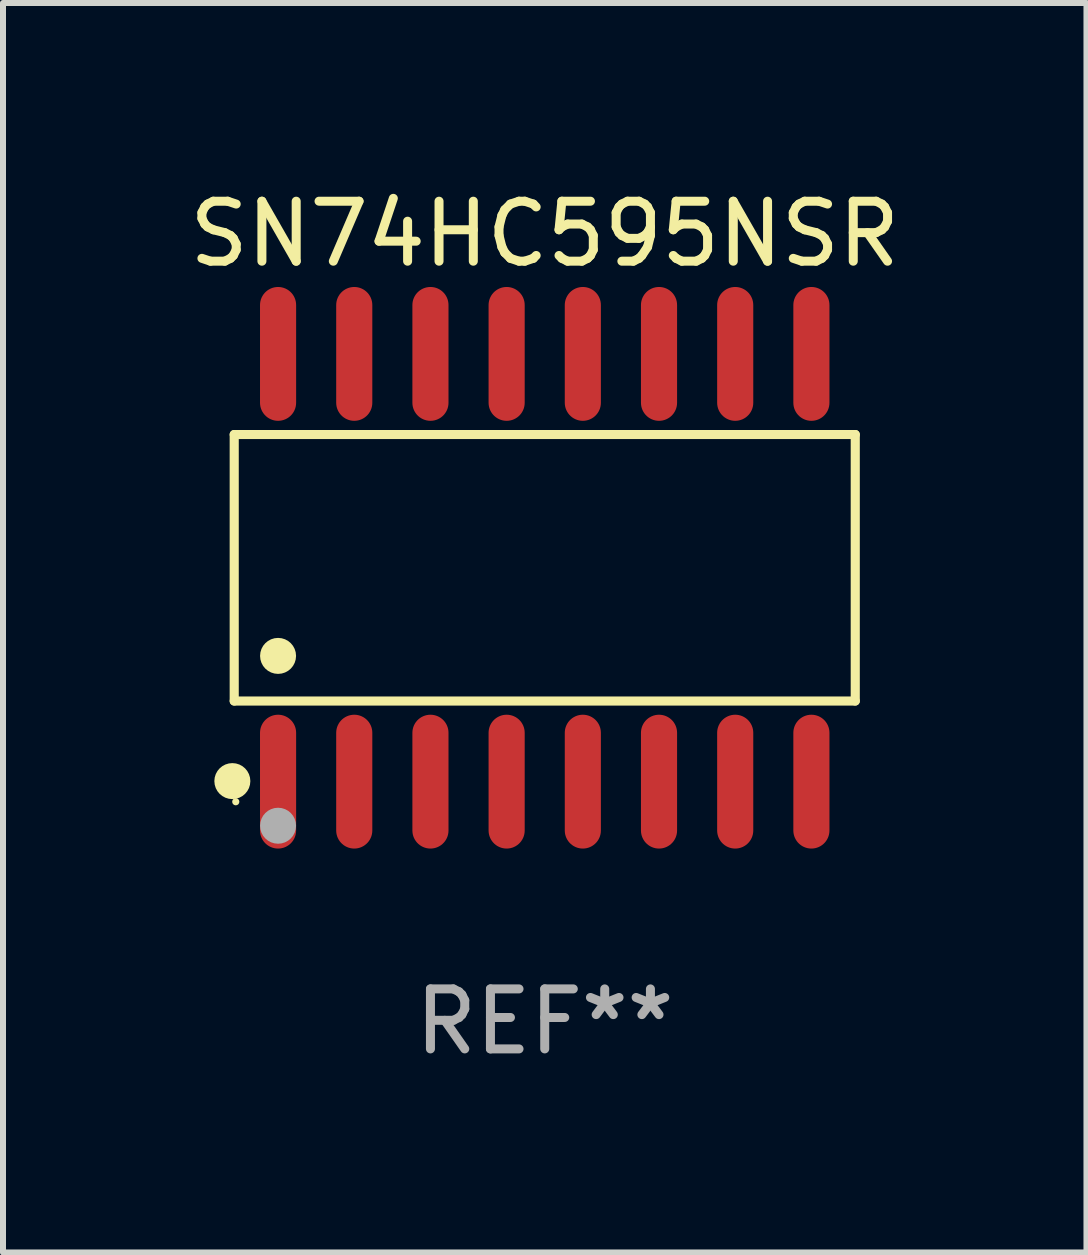
<source format=kicad_pcb>
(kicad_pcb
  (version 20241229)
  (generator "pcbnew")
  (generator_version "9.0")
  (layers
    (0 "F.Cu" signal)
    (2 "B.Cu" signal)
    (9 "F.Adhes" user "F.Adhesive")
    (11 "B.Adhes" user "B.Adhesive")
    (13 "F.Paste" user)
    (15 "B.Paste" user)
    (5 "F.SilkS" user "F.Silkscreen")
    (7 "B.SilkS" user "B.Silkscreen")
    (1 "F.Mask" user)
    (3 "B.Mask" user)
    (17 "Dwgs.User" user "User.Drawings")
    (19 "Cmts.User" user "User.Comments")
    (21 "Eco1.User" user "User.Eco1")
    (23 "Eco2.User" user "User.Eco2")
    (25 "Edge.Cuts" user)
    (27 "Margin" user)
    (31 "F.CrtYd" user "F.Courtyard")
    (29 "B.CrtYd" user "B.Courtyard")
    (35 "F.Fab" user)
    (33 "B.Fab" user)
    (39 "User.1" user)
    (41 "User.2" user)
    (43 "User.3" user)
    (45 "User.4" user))
  (footprint "SN74HC595NSR"
    (layer "F.Cu")
    (at 6.03 6.414)
    (property "Reference" "SN74HC595NSR" (at 0 -5.565 0) (layer "F.SilkS") (effects (font (size 1 1) (thickness 0.15))))
    (attr through_hole)
    (fp_line (start -5.176 -2.221) (end 5.176 -2.221) (stroke (width 0.152) (type solid)) (layer "F.SilkS"))
    (fp_line (start -5.176 2.221) (end -5.176 -2.221) (stroke (width 0.152) (type solid)) (layer "F.SilkS"))
    (fp_line (start 5.176 -2.221) (end 5.176 2.221) (stroke (width 0.152) (type solid)) (layer "F.SilkS"))
    (fp_line (start 5.176 2.221) (end -5.176 2.221) (stroke (width 0.152) (type solid)) (layer "F.SilkS"))
    (fp_circle (center -5.207 3.556) (end -5.057 3.556) (stroke (width 0.3) (type solid)) (fill no) (layer "F.SilkS"))
    (fp_circle (center -5.15 3.9) (end -5.12 3.9) (stroke (width 0.06) (type solid)) (fill no) (layer "F.SilkS"))
    (fp_circle (center -4.445 1.469) (end -4.295 1.469) (stroke (width 0.3) (type solid)) (fill no) (layer "F.SilkS"))
    (fp_circle (center -4.445 4.3) (end -4.295 4.3) (stroke (width 0.3) (type solid)) (fill no) (layer "F.Fab"))
    (fp_text user "REF**" (at 0 7.565 0) (layer "F.Fab") (effects (font (size 1 1) (thickness 0.15))))
    (pad "1" smd oval (at -4.445 3.565) (size 0.602 2.231) (layers "F.Cu" "F.Mask" "F.Paste"))
    (pad "2" smd oval (at -3.175 3.565) (size 0.602 2.231) (layers "F.Cu" "F.Mask" "F.Paste"))
    (pad "3" smd oval (at -1.905 3.565) (size 0.602 2.231) (layers "F.Cu" "F.Mask" "F.Paste"))
    (pad "4" smd oval (at -0.635 3.565) (size 0.602 2.231) (layers "F.Cu" "F.Mask" "F.Paste"))
    (pad "5" smd oval (at 0.635 3.565) (size 0.602 2.231) (layers "F.Cu" "F.Mask" "F.Paste"))
    (pad "6" smd oval (at 1.905 3.565) (size 0.602 2.231) (layers "F.Cu" "F.Mask" "F.Paste"))
    (pad "7" smd oval (at 3.175 3.565) (size 0.602 2.231) (layers "F.Cu" "F.Mask" "F.Paste"))
    (pad "8" smd oval (at 4.445 3.565) (size 0.602 2.231) (layers "F.Cu" "F.Mask" "F.Paste"))
    (pad "9" smd oval (at 4.445 -3.565) (size 0.602 2.231) (layers "F.Cu" "F.Mask" "F.Paste"))
    (pad "10" smd oval (at 3.175 -3.565) (size 0.602 2.231) (layers "F.Cu" "F.Mask" "F.Paste"))
    (pad "11" smd oval (at 1.905 -3.565) (size 0.602 2.231) (layers "F.Cu" "F.Mask" "F.Paste"))
    (pad "12" smd oval (at 0.635 -3.565) (size 0.602 2.231) (layers "F.Cu" "F.Mask" "F.Paste"))
    (pad "13" smd oval (at -0.635 -3.565) (size 0.602 2.231) (layers "F.Cu" "F.Mask" "F.Paste"))
    (pad "14" smd oval (at -1.905 -3.565) (size 0.602 2.231) (layers "F.Cu" "F.Mask" "F.Paste"))
    (pad "15" smd oval (at -3.175 -3.565) (size 0.602 2.231) (layers "F.Cu" "F.Mask" "F.Paste"))
    (pad "16" smd oval (at -4.445 -3.565) (size 0.602 2.231) (layers "F.Cu" "F.Mask" "F.Paste")))
  (gr_rect
    (start -3 -3)
    (end 15.06 17.827)
    (stroke (width 0.1) (type default))
    (fill no)
    (layer "Edge.Cuts")))
</source>
